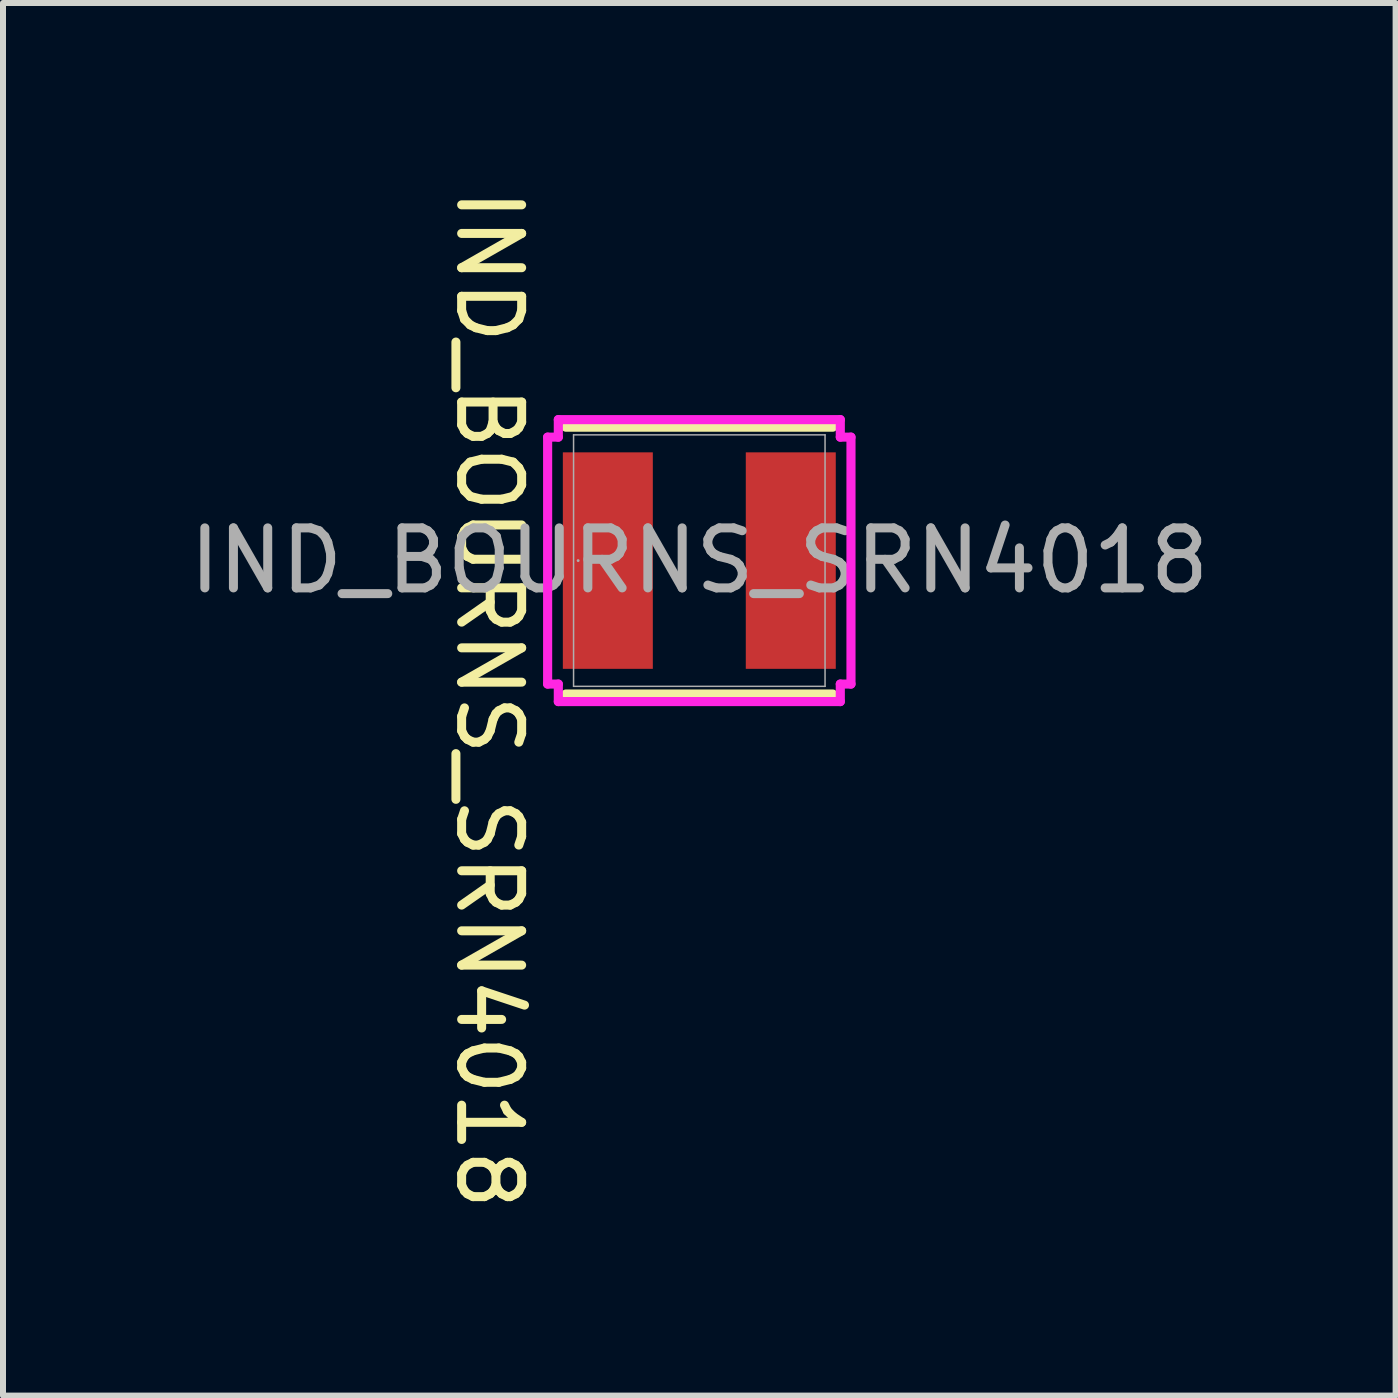
<source format=kicad_pcb>
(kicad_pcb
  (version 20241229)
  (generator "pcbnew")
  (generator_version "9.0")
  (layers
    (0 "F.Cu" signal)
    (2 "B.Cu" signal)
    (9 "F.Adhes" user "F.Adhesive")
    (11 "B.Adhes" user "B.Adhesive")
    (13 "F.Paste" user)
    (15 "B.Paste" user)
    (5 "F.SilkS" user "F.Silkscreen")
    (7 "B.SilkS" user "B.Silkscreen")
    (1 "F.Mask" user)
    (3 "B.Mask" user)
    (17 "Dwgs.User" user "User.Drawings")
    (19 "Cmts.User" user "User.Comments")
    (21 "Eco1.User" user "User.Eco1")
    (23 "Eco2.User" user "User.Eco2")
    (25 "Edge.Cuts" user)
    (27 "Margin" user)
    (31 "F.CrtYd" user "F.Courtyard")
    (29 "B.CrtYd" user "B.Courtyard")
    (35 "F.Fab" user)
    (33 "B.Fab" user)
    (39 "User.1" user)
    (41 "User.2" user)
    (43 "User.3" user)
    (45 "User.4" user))
  (footprint "IND_BOURNS_SRN4018"
    (layer "F.Cu")
    (at 8.601 6.29)
    (property "Reference" "IND_BOURNS_SRN4018" (at -3.505 2.311 270) (unlocked yes) (layer "F.SilkS") (effects (font (size 1 1) (thickness 0.15))))
    (attr smd)
    (fp_line (start -2.223 2.223) (end 2.223 2.223) (stroke (width 0.152) (type solid)) (layer "F.SilkS"))
    (fp_line (start 2.223 -2.223) (end -2.223 -2.223) (stroke (width 0.152) (type solid)) (layer "F.SilkS"))
    (fp_line (start -2.527 -2.057) (end -2.349 -2.057) (stroke (width 0.152) (type solid)) (layer "F.CrtYd"))
    (fp_line (start -2.527 2.057) (end -2.527 -2.057) (stroke (width 0.152) (type solid)) (layer "F.CrtYd"))
    (fp_line (start -2.349 -2.349) (end 2.349 -2.349) (stroke (width 0.152) (type solid)) (layer "F.CrtYd"))
    (fp_line (start -2.349 -2.057) (end -2.349 -2.349) (stroke (width 0.152) (type solid)) (layer "F.CrtYd"))
    (fp_line (start -2.349 2.057) (end -2.527 2.057) (stroke (width 0.152) (type solid)) (layer "F.CrtYd"))
    (fp_line (start -2.349 2.349) (end -2.349 2.057) (stroke (width 0.152) (type solid)) (layer "F.CrtYd"))
    (fp_line (start 2.349 -2.349) (end 2.349 -2.057) (stroke (width 0.152) (type solid)) (layer "F.CrtYd"))
    (fp_line (start 2.349 -2.057) (end 2.527 -2.057) (stroke (width 0.152) (type solid)) (layer "F.CrtYd"))
    (fp_line (start 2.349 2.057) (end 2.349 2.349) (stroke (width 0.152) (type solid)) (layer "F.CrtYd"))
    (fp_line (start 2.349 2.349) (end -2.349 2.349) (stroke (width 0.152) (type solid)) (layer "F.CrtYd"))
    (fp_line (start 2.527 -2.057) (end 2.527 2.057) (stroke (width 0.152) (type solid)) (layer "F.CrtYd"))
    (fp_line (start 2.527 2.057) (end 2.349 2.057) (stroke (width 0.152) (type solid)) (layer "F.CrtYd"))
    (fp_line (start -2.095 -2.095) (end -2.095 2.095) (stroke (width 0.025) (type solid)) (layer "F.Fab"))
    (fp_line (start -2.095 2.095) (end 2.095 2.095) (stroke (width 0.025) (type solid)) (layer "F.Fab"))
    (fp_line (start 2.095 -2.095) (end -2.095 -2.095) (stroke (width 0.025) (type solid)) (layer "F.Fab"))
    (fp_line (start 2.095 2.095) (end 2.095 -2.095) (stroke (width 0.025) (type solid)) (layer "F.Fab"))
    (fp_circle (center -2.019 0) (end -2.019 0) (stroke (width 0.025) (type solid)) (fill no) (layer "F.Fab"))
    (fp_text user "${REFERENCE}" (at 0 0 0) (unlocked yes) (layer "F.Fab") (effects (font (size 1 1) (thickness 0.15))))
    (pad "1" smd rect (at -1.524 0) (size 1.499 3.607) (layers "F.Cu" "F.Mask" "F.Paste"))
    (pad "2" smd rect (at 1.524 0) (size 1.499 3.607) (layers "F.Cu" "F.Mask" "F.Paste"))
    (zone (net_name "") (layer "F.Cu") (hatch full 0.508) (connect_pads) (min_thickness 0.254) (filled_areas_thickness no) (keepout (tracks not_allowed) (vias not_allowed) (pads allowed) (copperpour not_allowed) (footprints allowed)) (placement (enabled no)) (fill) (polygon (pts (xy 7.877 4.245) (xy 9.325 4.245) (xy 9.325 8.334) (xy 7.877 8.334)))))
  (gr_rect
    (start -3 -3)
    (end 20.202 20.202)
    (stroke (width 0.1) (type default))
    (fill no)
    (layer "Edge.Cuts")))
</source>
